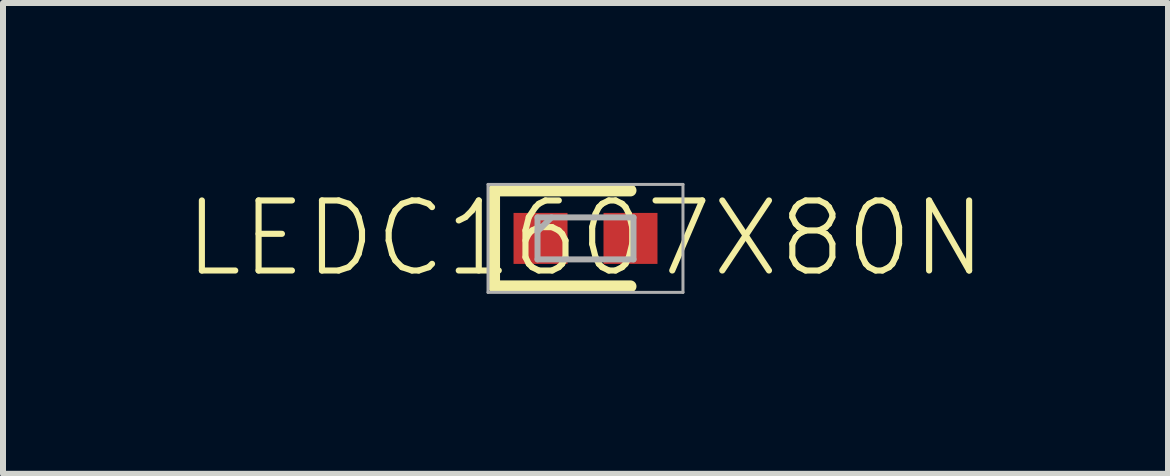
<source format=kicad_pcb>
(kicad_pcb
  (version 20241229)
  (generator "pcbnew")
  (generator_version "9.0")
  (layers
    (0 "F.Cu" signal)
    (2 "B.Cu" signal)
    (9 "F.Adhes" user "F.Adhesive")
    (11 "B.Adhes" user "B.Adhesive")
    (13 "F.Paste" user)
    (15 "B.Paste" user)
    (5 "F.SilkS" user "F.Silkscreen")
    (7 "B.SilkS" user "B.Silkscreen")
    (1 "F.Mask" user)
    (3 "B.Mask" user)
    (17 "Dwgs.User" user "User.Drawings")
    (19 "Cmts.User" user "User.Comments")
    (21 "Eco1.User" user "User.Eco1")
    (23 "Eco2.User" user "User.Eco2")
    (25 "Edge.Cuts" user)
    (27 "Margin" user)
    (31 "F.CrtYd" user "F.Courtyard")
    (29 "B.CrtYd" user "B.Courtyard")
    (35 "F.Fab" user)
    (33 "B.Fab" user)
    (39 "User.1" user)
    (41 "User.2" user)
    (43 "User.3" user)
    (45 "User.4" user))
  (footprint "LEDC1607X80N"
    (layer "F.Cu")
    (at 6.712 0.925)
    (property "Reference" "LEDC1607X80N" (at 0 0 0) (layer "F.SilkS") (effects (font (size 1.168 1.168) (thickness 0.102))))
    (fp_line (start -1.525 -0.8) (end -1.525 0.8) (stroke (width 0.2) (type solid)) (layer "F.SilkS"))
    (fp_line (start -1.525 0.8) (end 0.75 0.8) (stroke (width 0.2) (type solid)) (layer "F.SilkS"))
    (fp_line (start 0.75 -0.8) (end -1.525 -0.8) (stroke (width 0.2) (type solid)) (layer "F.SilkS"))
    (fp_line (start -1.625 -0.9) (end 1.625 -0.9) (stroke (width 0.05) (type solid)) (layer "F.Fab"))
    (fp_line (start -1.625 0.9) (end -1.625 -0.9) (stroke (width 0.05) (type solid)) (layer "F.Fab"))
    (fp_line (start -0.8 -0.35) (end 0.8 -0.35) (stroke (width 0.1) (type solid)) (layer "F.Fab"))
    (fp_line (start -0.8 -0.117) (end -0.567 -0.35) (stroke (width 0.1) (type solid)) (layer "F.Fab"))
    (fp_line (start -0.8 0.35) (end -0.8 -0.35) (stroke (width 0.1) (type solid)) (layer "F.Fab"))
    (fp_line (start 0.8 -0.35) (end 0.8 0.35) (stroke (width 0.1) (type solid)) (layer "F.Fab"))
    (fp_line (start 0.8 0.35) (end -0.8 0.35) (stroke (width 0.1) (type solid)) (layer "F.Fab"))
    (fp_line (start 1.625 -0.9) (end 1.625 0.9) (stroke (width 0.05) (type solid)) (layer "F.Fab"))
    (fp_line (start 1.625 0.9) (end -1.625 0.9) (stroke (width 0.05) (type solid)) (layer "F.Fab"))
    (pad "1" smd rect (at -0.75 0) (size 0.9 0.85) (layers "F.Cu" "F.Mask" "F.Paste"))
    (pad "2" smd rect (at 0.75 0) (size 0.9 0.85) (layers "F.Cu" "F.Mask" "F.Paste")))
  (gr_rect
    (start -3 -3)
    (end 16.424 4.85)
    (stroke (width 0.1) (type default))
    (fill no)
    (layer "Edge.Cuts")))
</source>
